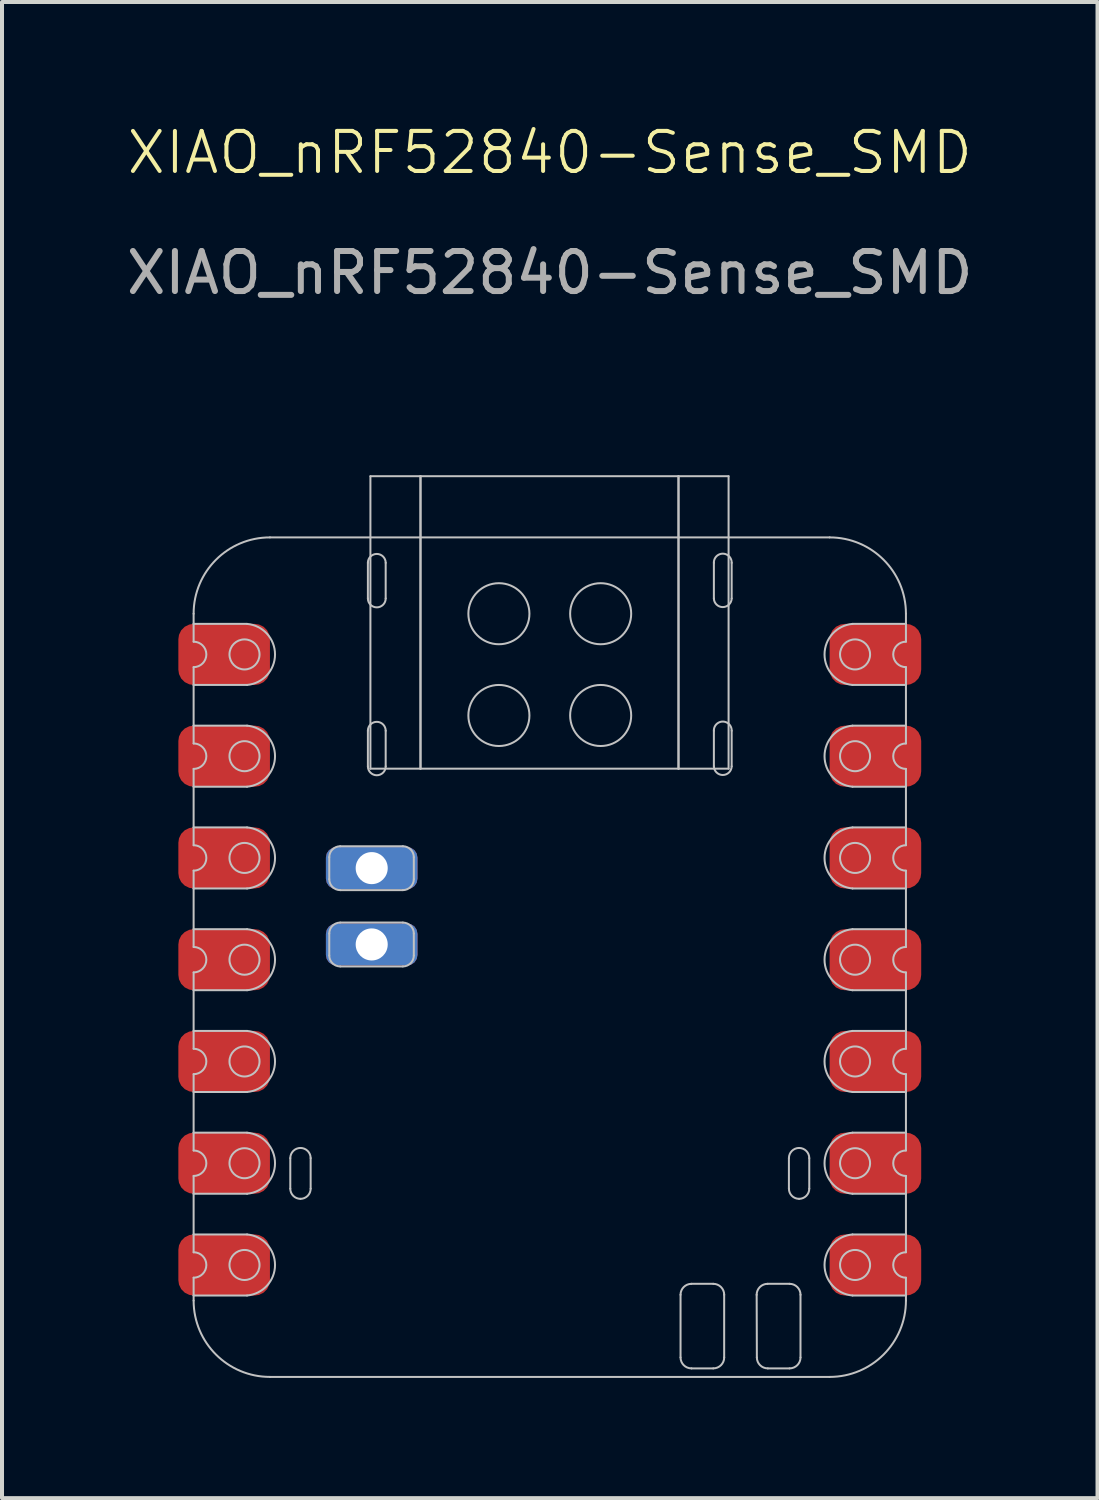
<source format=kicad_pcb>
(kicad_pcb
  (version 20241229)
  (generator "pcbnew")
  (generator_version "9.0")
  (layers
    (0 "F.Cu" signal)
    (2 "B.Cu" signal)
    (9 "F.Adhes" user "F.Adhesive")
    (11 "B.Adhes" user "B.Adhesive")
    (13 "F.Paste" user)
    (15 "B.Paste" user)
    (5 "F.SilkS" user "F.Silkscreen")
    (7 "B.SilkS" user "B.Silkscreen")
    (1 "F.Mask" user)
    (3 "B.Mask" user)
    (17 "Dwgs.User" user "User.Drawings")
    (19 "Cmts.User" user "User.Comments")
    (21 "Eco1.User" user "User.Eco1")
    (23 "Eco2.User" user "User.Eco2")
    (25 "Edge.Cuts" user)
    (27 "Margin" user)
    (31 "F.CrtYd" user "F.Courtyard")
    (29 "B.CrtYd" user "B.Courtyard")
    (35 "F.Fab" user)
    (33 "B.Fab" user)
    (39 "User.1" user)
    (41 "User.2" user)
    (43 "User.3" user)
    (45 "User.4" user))
  (footprint "XIAO_nRF52840-Sense_SMD"
    (layer "F.Cu")
    (at 10.673 20.905)
    (property "Reference" "XIAO_nRF52840-Sense_SMD" (at 0 -20.145 0) (unlocked yes) (layer "F.SilkS") (effects (font (size 1 1) (thickness 0.1))))
    (attr through_hole)
    (fp_line (start -8.89 -8.382) (end -8.89 -8.636) (stroke (width 0.05) (type default)) (layer "Dwgs.User"))
    (fp_line (start -8.89 -8.382) (end -7.556 -8.382) (stroke (width 0.05) (type default)) (layer "Dwgs.User"))
    (fp_line (start -8.89 -7.938) (end -8.89 -8.382) (stroke (width 0.05) (type default)) (layer "Dwgs.User"))
    (fp_line (start -8.89 -6.858) (end -8.89 -7.303) (stroke (width 0.05) (type default)) (layer "Dwgs.User"))
    (fp_line (start -8.89 -5.842) (end -8.89 -6.858) (stroke (width 0.05) (type default)) (layer "Dwgs.User"))
    (fp_line (start -8.89 -5.842) (end -7.556 -5.842) (stroke (width 0.05) (type default)) (layer "Dwgs.User"))
    (fp_line (start -8.89 -5.397) (end -8.89 -5.842) (stroke (width 0.05) (type default)) (layer "Dwgs.User"))
    (fp_line (start -8.89 -4.318) (end -8.89 -4.763) (stroke (width 0.05) (type default)) (layer "Dwgs.User"))
    (fp_line (start -8.89 -3.302) (end -8.89 -4.318) (stroke (width 0.05) (type default)) (layer "Dwgs.User"))
    (fp_line (start -8.89 -3.302) (end -7.556 -3.302) (stroke (width 0.05) (type default)) (layer "Dwgs.User"))
    (fp_line (start -8.89 -2.857) (end -8.89 -3.302) (stroke (width 0.05) (type default)) (layer "Dwgs.User"))
    (fp_line (start -8.89 -1.778) (end -8.89 -2.223) (stroke (width 0.05) (type default)) (layer "Dwgs.User"))
    (fp_line (start -8.89 -0.762) (end -8.89 -1.778) (stroke (width 0.05) (type default)) (layer "Dwgs.User"))
    (fp_line (start -8.89 -0.762) (end -7.556 -0.762) (stroke (width 0.05) (type default)) (layer "Dwgs.User"))
    (fp_line (start -8.89 -0.318) (end -8.89 -0.762) (stroke (width 0.05) (type default)) (layer "Dwgs.User"))
    (fp_line (start -8.89 0.762) (end -8.89 0.318) (stroke (width 0.05) (type default)) (layer "Dwgs.User"))
    (fp_line (start -8.89 1.778) (end -8.89 0.762) (stroke (width 0.05) (type default)) (layer "Dwgs.User"))
    (fp_line (start -8.89 1.778) (end -7.556 1.778) (stroke (width 0.05) (type default)) (layer "Dwgs.User"))
    (fp_line (start -8.89 2.223) (end -8.89 1.778) (stroke (width 0.05) (type default)) (layer "Dwgs.User"))
    (fp_line (start -8.89 3.302) (end -8.89 2.857) (stroke (width 0.05) (type default)) (layer "Dwgs.User"))
    (fp_line (start -8.89 4.318) (end -8.89 3.302) (stroke (width 0.05) (type default)) (layer "Dwgs.User"))
    (fp_line (start -8.89 4.318) (end -7.556 4.318) (stroke (width 0.05) (type default)) (layer "Dwgs.User"))
    (fp_line (start -8.89 4.763) (end -8.89 4.318) (stroke (width 0.05) (type default)) (layer "Dwgs.User"))
    (fp_line (start -8.89 5.842) (end -8.89 5.397) (stroke (width 0.05) (type default)) (layer "Dwgs.User"))
    (fp_line (start -8.89 6.858) (end -8.89 5.842) (stroke (width 0.05) (type default)) (layer "Dwgs.User"))
    (fp_line (start -8.89 6.858) (end -7.556 6.858) (stroke (width 0.05) (type default)) (layer "Dwgs.User"))
    (fp_line (start -8.89 7.303) (end -8.89 6.858) (stroke (width 0.05) (type default)) (layer "Dwgs.User"))
    (fp_line (start -8.89 8.382) (end -8.89 7.938) (stroke (width 0.05) (type default)) (layer "Dwgs.User"))
    (fp_line (start -8.89 8.509) (end -8.89 8.382) (stroke (width 0.05) (type default)) (layer "Dwgs.User"))
    (fp_line (start -7.556 -6.858) (end -8.89 -6.858) (stroke (width 0.05) (type default)) (layer "Dwgs.User"))
    (fp_line (start -7.556 -4.318) (end -8.89 -4.318) (stroke (width 0.05) (type default)) (layer "Dwgs.User"))
    (fp_line (start -7.556 -1.778) (end -8.89 -1.778) (stroke (width 0.05) (type default)) (layer "Dwgs.User"))
    (fp_line (start -7.556 0.762) (end -8.89 0.762) (stroke (width 0.05) (type default)) (layer "Dwgs.User"))
    (fp_line (start -7.556 3.302) (end -8.89 3.302) (stroke (width 0.05) (type default)) (layer "Dwgs.User"))
    (fp_line (start -7.556 5.842) (end -8.89 5.842) (stroke (width 0.05) (type default)) (layer "Dwgs.User"))
    (fp_line (start -7.556 8.382) (end -8.89 8.382) (stroke (width 0.05) (type default)) (layer "Dwgs.User"))
    (fp_line (start -6.985 -10.541) (end 6.985 -10.541) (stroke (width 0.05) (type default)) (layer "Dwgs.User"))
    (fp_line (start -6.477 4.953) (end -6.477 5.715) (stroke (width 0.05) (type default)) (layer "Dwgs.User"))
    (fp_line (start -5.969 5.715) (end -5.969 4.953) (stroke (width 0.05) (type default)) (layer "Dwgs.User"))
    (fp_line (start -5.504 -2.559) (end -5.504 -2.01) (stroke (width 0.05) (type default)) (layer "Dwgs.User"))
    (fp_line (start -5.504 -0.654) (end -5.504 -0.105) (stroke (width 0.05) (type default)) (layer "Dwgs.User"))
    (fp_line (start -5.231 -1.737) (end -3.667 -1.737) (stroke (width 0.05) (type default)) (layer "Dwgs.User"))
    (fp_line (start -5.231 0.168) (end -3.667 0.168) (stroke (width 0.05) (type default)) (layer "Dwgs.User"))
    (fp_line (start -4.54 -9.906) (end -4.54 -9.017) (stroke (width 0.05) (type default)) (layer "Dwgs.User"))
    (fp_line (start -4.54 -5.715) (end -4.54 -4.826) (stroke (width 0.05) (type default)) (layer "Dwgs.User"))
    (fp_line (start -4.477 -12.068) (end -3.227 -12.068) (stroke (width 0.05) (type default)) (layer "Dwgs.User"))
    (fp_line (start -4.477 -4.768) (end -4.477 -12.068) (stroke (width 0.05) (type default)) (layer "Dwgs.User"))
    (fp_line (start -4.096 -9.017) (end -4.096 -9.906) (stroke (width 0.05) (type default)) (layer "Dwgs.User"))
    (fp_line (start -4.096 -4.826) (end -4.096 -5.715) (stroke (width 0.05) (type default)) (layer "Dwgs.User"))
    (fp_line (start -3.667 -2.832) (end -5.231 -2.832) (stroke (width 0.05) (type default)) (layer "Dwgs.User"))
    (fp_line (start -3.667 -0.927) (end -5.231 -0.927) (stroke (width 0.05) (type default)) (layer "Dwgs.User"))
    (fp_line (start -3.394 -2.01) (end -3.394 -2.559) (stroke (width 0.05) (type default)) (layer "Dwgs.User"))
    (fp_line (start -3.394 -0.105) (end -3.394 -0.654) (stroke (width 0.05) (type default)) (layer "Dwgs.User"))
    (fp_line (start -3.227 -12.068) (end -3.227 -4.768) (stroke (width 0.05) (type default)) (layer "Dwgs.User"))
    (fp_line (start -3.227 -12.068) (end 3.213 -12.068) (stroke (width 0.05) (type default)) (layer "Dwgs.User"))
    (fp_line (start -3.227 -4.768) (end -4.477 -4.768) (stroke (width 0.05) (type default)) (layer "Dwgs.User"))
    (fp_line (start -3.227 -4.768) (end -3.227 -12.068) (stroke (width 0.05) (type default)) (layer "Dwgs.User"))
    (fp_line (start 3.213 -12.068) (end 3.213 -4.768) (stroke (width 0.05) (type default)) (layer "Dwgs.User"))
    (fp_line (start 3.213 -12.068) (end 3.213 -4.768) (stroke (width 0.05) (type default)) (layer "Dwgs.User"))
    (fp_line (start 3.213 -4.768) (end -3.227 -4.768) (stroke (width 0.05) (type default)) (layer "Dwgs.User"))
    (fp_line (start 3.213 -4.768) (end 4.463 -4.768) (stroke (width 0.05) (type default)) (layer "Dwgs.User"))
    (fp_line (start 3.264 8.363) (end 3.264 9.928) (stroke (width 0.05) (type default)) (layer "Dwgs.User"))
    (fp_line (start 3.537 10.201) (end 4.08 10.201) (stroke (width 0.05) (type default)) (layer "Dwgs.User"))
    (fp_line (start 4.08 8.09) (end 3.532 8.09) (stroke (width 0.05) (type default)) (layer "Dwgs.User"))
    (fp_line (start 4.096 -9.906) (end 4.096 -9.017) (stroke (width 0.05) (type default)) (layer "Dwgs.User"))
    (fp_line (start 4.096 -5.715) (end 4.096 -4.826) (stroke (width 0.05) (type default)) (layer "Dwgs.User"))
    (fp_line (start 4.353 9.928) (end 4.353 8.363) (stroke (width 0.05) (type default)) (layer "Dwgs.User"))
    (fp_line (start 4.463 -12.068) (end 3.213 -12.068) (stroke (width 0.05) (type default)) (layer "Dwgs.User"))
    (fp_line (start 4.463 -4.768) (end 4.463 -12.068) (stroke (width 0.05) (type default)) (layer "Dwgs.User"))
    (fp_line (start 4.54 -9.017) (end 4.54 -9.906) (stroke (width 0.05) (type default)) (layer "Dwgs.User"))
    (fp_line (start 4.54 -4.826) (end 4.54 -5.715) (stroke (width 0.05) (type default)) (layer "Dwgs.User"))
    (fp_line (start 5.164 8.364) (end 5.169 9.929) (stroke (width 0.05) (type default)) (layer "Dwgs.User"))
    (fp_line (start 5.442 10.201) (end 5.985 10.201) (stroke (width 0.05) (type default)) (layer "Dwgs.User"))
    (fp_line (start 5.969 4.953) (end 5.969 5.715) (stroke (width 0.05) (type default)) (layer "Dwgs.User"))
    (fp_line (start 5.985 8.09) (end 5.437 8.09) (stroke (width 0.05) (type default)) (layer "Dwgs.User"))
    (fp_line (start 6.258 9.929) (end 6.258 8.363) (stroke (width 0.05) (type default)) (layer "Dwgs.User"))
    (fp_line (start 6.477 5.715) (end 6.477 4.953) (stroke (width 0.05) (type default)) (layer "Dwgs.User"))
    (fp_line (start 6.985 10.414) (end -6.985 10.414) (stroke (width 0.05) (type default)) (layer "Dwgs.User"))
    (fp_line (start 7.556 -8.382) (end 8.89 -8.382) (stroke (width 0.05) (type default)) (layer "Dwgs.User"))
    (fp_line (start 7.556 -5.842) (end 8.89 -5.842) (stroke (width 0.05) (type default)) (layer "Dwgs.User"))
    (fp_line (start 7.556 -3.302) (end 8.89 -3.302) (stroke (width 0.05) (type default)) (layer "Dwgs.User"))
    (fp_line (start 7.556 -0.762) (end 8.89 -0.762) (stroke (width 0.05) (type default)) (layer "Dwgs.User"))
    (fp_line (start 7.556 1.778) (end 8.89 1.778) (stroke (width 0.05) (type default)) (layer "Dwgs.User"))
    (fp_line (start 7.556 4.318) (end 8.89 4.318) (stroke (width 0.05) (type default)) (layer "Dwgs.User"))
    (fp_line (start 7.556 6.858) (end 8.89 6.858) (stroke (width 0.05) (type default)) (layer "Dwgs.User"))
    (fp_line (start 8.89 -8.636) (end 8.89 -8.382) (stroke (width 0.05) (type default)) (layer "Dwgs.User"))
    (fp_line (start 8.89 -8.382) (end 8.89 -7.938) (stroke (width 0.05) (type default)) (layer "Dwgs.User"))
    (fp_line (start 8.89 -7.303) (end 8.89 -6.858) (stroke (width 0.05) (type default)) (layer "Dwgs.User"))
    (fp_line (start 8.89 -6.858) (end 7.556 -6.858) (stroke (width 0.05) (type default)) (layer "Dwgs.User"))
    (fp_line (start 8.89 -5.842) (end 8.89 -6.858) (stroke (width 0.05) (type default)) (layer "Dwgs.User"))
    (fp_line (start 8.89 -5.842) (end 8.89 -5.397) (stroke (width 0.05) (type default)) (layer "Dwgs.User"))
    (fp_line (start 8.89 -4.763) (end 8.89 -4.318) (stroke (width 0.05) (type default)) (layer "Dwgs.User"))
    (fp_line (start 8.89 -4.318) (end 7.556 -4.318) (stroke (width 0.05) (type default)) (layer "Dwgs.User"))
    (fp_line (start 8.89 -3.302) (end 8.89 -4.318) (stroke (width 0.05) (type default)) (layer "Dwgs.User"))
    (fp_line (start 8.89 -3.302) (end 8.89 -2.857) (stroke (width 0.05) (type default)) (layer "Dwgs.User"))
    (fp_line (start 8.89 -2.223) (end 8.89 -1.778) (stroke (width 0.05) (type default)) (layer "Dwgs.User"))
    (fp_line (start 8.89 -1.778) (end 7.556 -1.778) (stroke (width 0.05) (type default)) (layer "Dwgs.User"))
    (fp_line (start 8.89 -0.762) (end 8.89 -1.778) (stroke (width 0.05) (type default)) (layer "Dwgs.User"))
    (fp_line (start 8.89 -0.762) (end 8.89 -0.318) (stroke (width 0.05) (type default)) (layer "Dwgs.User"))
    (fp_line (start 8.89 0.318) (end 8.89 0.762) (stroke (width 0.05) (type default)) (layer "Dwgs.User"))
    (fp_line (start 8.89 0.762) (end 7.556 0.762) (stroke (width 0.05) (type default)) (layer "Dwgs.User"))
    (fp_line (start 8.89 1.778) (end 8.89 0.762) (stroke (width 0.05) (type default)) (layer "Dwgs.User"))
    (fp_line (start 8.89 1.778) (end 8.89 2.223) (stroke (width 0.05) (type default)) (layer "Dwgs.User"))
    (fp_line (start 8.89 2.857) (end 8.89 3.302) (stroke (width 0.05) (type default)) (layer "Dwgs.User"))
    (fp_line (start 8.89 3.302) (end 7.556 3.302) (stroke (width 0.05) (type default)) (layer "Dwgs.User"))
    (fp_line (start 8.89 4.318) (end 8.89 3.302) (stroke (width 0.05) (type default)) (layer "Dwgs.User"))
    (fp_line (start 8.89 4.318) (end 8.89 4.763) (stroke (width 0.05) (type default)) (layer "Dwgs.User"))
    (fp_line (start 8.89 5.397) (end 8.89 5.842) (stroke (width 0.05) (type default)) (layer "Dwgs.User"))
    (fp_line (start 8.89 5.842) (end 7.556 5.842) (stroke (width 0.05) (type default)) (layer "Dwgs.User"))
    (fp_line (start 8.89 6.858) (end 8.89 5.842) (stroke (width 0.05) (type default)) (layer "Dwgs.User"))
    (fp_line (start 8.89 6.858) (end 8.89 7.303) (stroke (width 0.05) (type default)) (layer "Dwgs.User"))
    (fp_line (start 8.89 7.938) (end 8.89 8.382) (stroke (width 0.05) (type default)) (layer "Dwgs.User"))
    (fp_line (start 8.89 8.382) (end 7.556 8.382) (stroke (width 0.05) (type default)) (layer "Dwgs.User"))
    (fp_line (start 8.89 8.382) (end 8.89 8.509) (stroke (width 0.05) (type default)) (layer "Dwgs.User"))
    (fp_arc (start -8.89 -8.636) (mid -8.332024 -9.983024) (end -6.985 -10.541) (stroke (width 0.05) (type default)) (layer "Dwgs.User"))
    (fp_arc (start -8.89 -7.9375) (mid -8.5725 -7.62) (end -8.89 -7.3025) (stroke (width 0.05) (type default)) (layer "Dwgs.User"))
    (fp_arc (start -8.89 -5.3975) (mid -8.5725 -5.08) (end -8.89 -4.7625) (stroke (width 0.05) (type default)) (layer "Dwgs.User"))
    (fp_arc (start -8.89 -2.8575) (mid -8.5725 -2.54) (end -8.89 -2.2225) (stroke (width 0.05) (type default)) (layer "Dwgs.User"))
    (fp_arc (start -8.89 -0.3175) (mid -8.5725 0) (end -8.89 0.3175) (stroke (width 0.05) (type default)) (layer "Dwgs.User"))
    (fp_arc (start -8.89 2.2225) (mid -8.5725 2.54) (end -8.89 2.8575) (stroke (width 0.05) (type default)) (layer "Dwgs.User"))
    (fp_arc (start -8.89 4.7625) (mid -8.5725 5.08) (end -8.89 5.3975) (stroke (width 0.05) (type default)) (layer "Dwgs.User"))
    (fp_arc (start -8.89 7.3025) (mid -8.5725 7.62) (end -8.89 7.9375) (stroke (width 0.05) (type default)) (layer "Dwgs.User"))
    (fp_arc (start -7.5565 -8.382) (mid -6.858 -7.62) (end -7.5565 -6.858) (stroke (width 0.05) (type default)) (layer "Dwgs.User"))
    (fp_arc (start -7.5565 -5.842) (mid -6.858 -5.08) (end -7.5565 -4.318) (stroke (width 0.05) (type default)) (layer "Dwgs.User"))
    (fp_arc (start -7.5565 -3.302) (mid -6.858 -2.54) (end -7.5565 -1.778) (stroke (width 0.05) (type default)) (layer "Dwgs.User"))
    (fp_arc (start -7.5565 -0.762) (mid -6.858 0) (end -7.5565 0.762) (stroke (width 0.05) (type default)) (layer "Dwgs.User"))
    (fp_arc (start -7.5565 1.778) (mid -6.858 2.54) (end -7.5565 3.302) (stroke (width 0.05) (type default)) (layer "Dwgs.User"))
    (fp_arc (start -7.5565 4.318) (mid -6.858 5.08) (end -7.5565 5.842) (stroke (width 0.05) (type default)) (layer "Dwgs.User"))
    (fp_arc (start -7.5565 6.858) (mid -6.858 7.62) (end -7.5565 8.382) (stroke (width 0.05) (type default)) (layer "Dwgs.User"))
    (fp_arc (start -6.985 10.414) (mid -8.332026 9.856026) (end -8.89 8.509) (stroke (width 0.05) (type default)) (layer "Dwgs.User"))
    (fp_arc (start -6.477 4.953) (mid -6.402603 4.773397) (end -6.223 4.699) (stroke (width 0.05) (type default)) (layer "Dwgs.User"))
    (fp_arc (start -6.223 4.699) (mid -6.043397 4.773397) (end -5.969 4.953) (stroke (width 0.05) (type default)) (layer "Dwgs.User"))
    (fp_arc (start -6.223 5.969) (mid -6.402603 5.894603) (end -6.477 5.715) (stroke (width 0.05) (type default)) (layer "Dwgs.User"))
    (fp_arc (start -5.969 5.715) (mid -6.043397 5.894603) (end -6.223 5.969) (stroke (width 0.05) (type default)) (layer "Dwgs.User"))
    (fp_arc (start -5.504259 -2.558529) (mid -5.424292 -2.751612) (end -5.231209 -2.831579) (stroke (width 0.05) (type default)) (layer "Dwgs.User"))
    (fp_arc (start -5.504259 -0.653529) (mid -5.424292 -0.846612) (end -5.231209 -0.926579) (stroke (width 0.05) (type default)) (layer "Dwgs.User"))
    (fp_arc (start -5.231209 -1.736839) (mid -5.424285 -1.816813) (end -5.504259 -2.009889) (stroke (width 0.05) (type default)) (layer "Dwgs.User"))
    (fp_arc (start -5.231209 0.168161) (mid -5.424285 0.088187) (end -5.504259 -0.104889) (stroke (width 0.05) (type default)) (layer "Dwgs.User"))
    (fp_arc (start -4.54025 -9.906) (mid -4.318 -10.128251) (end -4.09575 -9.906) (stroke (width 0.05) (type default)) (layer "Dwgs.User"))
    (fp_arc (start -4.54025 -5.715) (mid -4.318 -5.937251) (end -4.09575 -5.715) (stroke (width 0.05) (type default)) (layer "Dwgs.User"))
    (fp_arc (start -4.09575 -9.017) (mid -4.318 -8.794751) (end -4.54025 -9.017) (stroke (width 0.05) (type default)) (layer "Dwgs.User"))
    (fp_arc (start -4.09575 -4.826) (mid -4.318 -4.603751) (end -4.54025 -4.826) (stroke (width 0.05) (type default)) (layer "Dwgs.User"))
    (fp_arc (start -3.666569 -2.831579) (mid -3.473511 -2.751587) (end -3.393519 -2.558529) (stroke (width 0.05) (type default)) (layer "Dwgs.User"))
    (fp_arc (start -3.666569 -0.926579) (mid -3.473511 -0.846587) (end -3.393519 -0.653529) (stroke (width 0.05) (type default)) (layer "Dwgs.User"))
    (fp_arc (start -3.393519 -2.009889) (mid -3.473494 -1.816814) (end -3.666569 -1.736839) (stroke (width 0.05) (type default)) (layer "Dwgs.User"))
    (fp_arc (start -3.393519 -0.104889) (mid -3.473494 0.088186) (end -3.666569 0.168161) (stroke (width 0.05) (type default)) (layer "Dwgs.User"))
    (fp_arc (start 3.263821 8.363471) (mid 3.342007 8.1722) (end 3.531791 8.090469) (stroke (width 0.05) (type default)) (layer "Dwgs.User"))
    (fp_arc (start 3.536871 10.201161) (mid 3.34381 10.121177) (end 3.263821 9.928111) (stroke (width 0.05) (type default)) (layer "Dwgs.User"))
    (fp_arc (start 4.080408 8.090421) (mid 4.273489 8.170397) (end 4.353481 8.363471) (stroke (width 0.05) (type default)) (layer "Dwgs.User"))
    (fp_arc (start 4.09575 -9.906) (mid 4.318 -10.128251) (end 4.54025 -9.906) (stroke (width 0.05) (type default)) (layer "Dwgs.User"))
    (fp_arc (start 4.09575 -5.715) (mid 4.318 -5.937251) (end 4.54025 -5.715) (stroke (width 0.05) (type default)) (layer "Dwgs.User"))
    (fp_arc (start 4.353481 9.928111) (mid 4.273504 10.12119) (end 4.080431 10.201161) (stroke (width 0.05) (type default)) (layer "Dwgs.User"))
    (fp_arc (start 4.54025 -9.017) (mid 4.318 -8.794751) (end 4.09575 -9.017) (stroke (width 0.05) (type default)) (layer "Dwgs.User"))
    (fp_arc (start 4.54025 -4.826) (mid 4.318 -4.603751) (end 4.09575 -4.826) (stroke (width 0.05) (type default)) (layer "Dwgs.User"))
    (fp_arc (start 5.163743 8.364358) (mid 5.243402 8.170709) (end 5.436791 8.090421) (stroke (width 0.05) (type default)) (layer "Dwgs.User"))
    (fp_arc (start 5.441871 10.201161) (mid 5.249124 10.12149) (end 5.168823 9.928998) (stroke (width 0.05) (type default)) (layer "Dwgs.User"))
    (fp_arc (start 5.969 4.953) (mid 6.043395 4.773395) (end 6.223 4.699) (stroke (width 0.05) (type default)) (layer "Dwgs.User"))
    (fp_arc (start 5.985431 8.090421) (mid 6.178497 8.170405) (end 6.258481 8.363471) (stroke (width 0.05) (type default)) (layer "Dwgs.User"))
    (fp_arc (start 6.223 4.699) (mid 6.402605 4.773395) (end 6.477 4.953) (stroke (width 0.05) (type default)) (layer "Dwgs.User"))
    (fp_arc (start 6.223 5.969) (mid 6.043395 5.894605) (end 5.969 5.715) (stroke (width 0.05) (type default)) (layer "Dwgs.User"))
    (fp_arc (start 6.25848 9.928998) (mid 6.178191 10.121504) (end 5.985431 10.201161) (stroke (width 0.05) (type default)) (layer "Dwgs.User"))
    (fp_arc (start 6.477 5.715) (mid 6.402605 5.894605) (end 6.223 5.969) (stroke (width 0.05) (type default)) (layer "Dwgs.User"))
    (fp_arc (start 6.985 -10.541) (mid 8.33203 -9.98303) (end 8.89 -8.636) (stroke (width 0.05) (type default)) (layer "Dwgs.User"))
    (fp_arc (start 7.5565 -6.858) (mid 6.858003 -7.62) (end 7.5565 -8.382) (stroke (width 0.05) (type default)) (layer "Dwgs.User"))
    (fp_arc (start 7.5565 -4.318) (mid 6.858003 -5.08) (end 7.5565 -5.842) (stroke (width 0.05) (type default)) (layer "Dwgs.User"))
    (fp_arc (start 7.5565 -1.778) (mid 6.858003 -2.54) (end 7.5565 -3.302) (stroke (width 0.05) (type default)) (layer "Dwgs.User"))
    (fp_arc (start 7.5565 0.762) (mid 6.858003 0) (end 7.5565 -0.762) (stroke (width 0.05) (type default)) (layer "Dwgs.User"))
    (fp_arc (start 7.5565 3.302) (mid 6.858003 2.54) (end 7.5565 1.778) (stroke (width 0.05) (type default)) (layer "Dwgs.User"))
    (fp_arc (start 7.5565 5.842) (mid 6.858003 5.08) (end 7.5565 4.318) (stroke (width 0.05) (type default)) (layer "Dwgs.User"))
    (fp_arc (start 7.5565 8.382) (mid 6.858003 7.62) (end 7.5565 6.858) (stroke (width 0.05) (type default)) (layer "Dwgs.User"))
    (fp_arc (start 8.89 -7.3025) (mid 8.5725 -7.62) (end 8.89 -7.9375) (stroke (width 0.05) (type default)) (layer "Dwgs.User"))
    (fp_arc (start 8.89 -4.7625) (mid 8.5725 -5.08) (end 8.89 -5.3975) (stroke (width 0.05) (type default)) (layer "Dwgs.User"))
    (fp_arc (start 8.89 -2.2225) (mid 8.5725 -2.54) (end 8.89 -2.8575) (stroke (width 0.05) (type default)) (layer "Dwgs.User"))
    (fp_arc (start 8.89 0.3175) (mid 8.5725 0) (end 8.89 -0.3175) (stroke (width 0.05) (type default)) (layer "Dwgs.User"))
    (fp_arc (start 8.89 2.8575) (mid 8.5725 2.54) (end 8.89 2.2225) (stroke (width 0.05) (type default)) (layer "Dwgs.User"))
    (fp_arc (start 8.89 5.3975) (mid 8.5725 5.08) (end 8.89 4.7625) (stroke (width 0.05) (type default)) (layer "Dwgs.User"))
    (fp_arc (start 8.89 7.9375) (mid 8.5725 7.62) (end 8.89 7.3025) (stroke (width 0.05) (type default)) (layer "Dwgs.User"))
    (fp_arc (start 8.89 8.509) (mid 8.332027 9.856027) (end 6.985 10.414) (stroke (width 0.05) (type default)) (layer "Dwgs.User"))
    (fp_circle (center -7.62 -7.62) (end -7.62 -7.995) (stroke (width 0.05) (type default)) (fill no) (layer "Dwgs.User"))
    (fp_circle (center -7.62 -5.08) (end -7.62 -5.455) (stroke (width 0.05) (type default)) (fill no) (layer "Dwgs.User"))
    (fp_circle (center -7.62 -2.54) (end -7.62 -2.915) (stroke (width 0.05) (type default)) (fill no) (layer "Dwgs.User"))
    (fp_circle (center -7.62 0) (end -7.62 -0.375) (stroke (width 0.05) (type default)) (fill no) (layer "Dwgs.User"))
    (fp_circle (center -7.62 2.54) (end -7.62 2.165) (stroke (width 0.05) (type default)) (fill no) (layer "Dwgs.User"))
    (fp_circle (center -7.62 5.08) (end -7.62 4.705) (stroke (width 0.05) (type default)) (fill no) (layer "Dwgs.User"))
    (fp_circle (center -7.62 7.62) (end -7.62 7.245) (stroke (width 0.05) (type default)) (fill no) (layer "Dwgs.User"))
    (fp_circle (center -1.27 -8.636) (end -1.27 -9.398) (stroke (width 0.05) (type default)) (fill no) (layer "Dwgs.User"))
    (fp_circle (center -1.27 -6.096) (end -1.27 -6.858) (stroke (width 0.05) (type default)) (fill no) (layer "Dwgs.User"))
    (fp_circle (center 1.27 -8.636) (end 1.27 -9.398) (stroke (width 0.05) (type default)) (fill no) (layer "Dwgs.User"))
    (fp_circle (center 1.27 -6.096) (end 1.27 -6.858) (stroke (width 0.05) (type default)) (fill no) (layer "Dwgs.User"))
    (fp_circle (center 7.62 -7.62) (end 7.62 -7.995) (stroke (width 0.05) (type default)) (fill no) (layer "Dwgs.User"))
    (fp_circle (center 7.62 -5.08) (end 7.62 -5.455) (stroke (width 0.05) (type default)) (fill no) (layer "Dwgs.User"))
    (fp_circle (center 7.62 -2.54) (end 7.62 -2.915) (stroke (width 0.05) (type default)) (fill no) (layer "Dwgs.User"))
    (fp_circle (center 7.62 0) (end 7.62 -0.375) (stroke (width 0.05) (type default)) (fill no) (layer "Dwgs.User"))
    (fp_circle (center 7.62 2.54) (end 7.62 2.165) (stroke (width 0.05) (type default)) (fill no) (layer "Dwgs.User"))
    (fp_circle (center 7.62 5.08) (end 7.62 4.705) (stroke (width 0.05) (type default)) (fill no) (layer "Dwgs.User"))
    (fp_circle (center 7.62 7.62) (end 7.62 7.245) (stroke (width 0.05) (type default)) (fill no) (layer "Dwgs.User"))
    (fp_text user "${REFERENCE}" (at 0 -17.145 0) (unlocked yes) (layer "F.Fab") (effects (font (size 1 1) (thickness 0.15))))
    (pad "0" smd roundrect (at -7.62 -7.62) (size 2.286 1.524) (drill (offset -0.508 0)) (layers "F.Cu" "F.Mask" "F.Paste") (roundrect_rratio 0.25))
    (pad "1" smd roundrect (at -7.62 -5.08) (size 2.286 1.524) (drill (offset -0.508 0)) (layers "F.Cu" "F.Mask" "F.Paste") (roundrect_rratio 0.25))
    (pad "2" smd roundrect (at -7.62 -2.54) (size 2.286 1.524) (drill (offset -0.508 0)) (layers "F.Cu" "F.Mask" "F.Paste") (roundrect_rratio 0.25))
    (pad "3" smd roundrect (at -7.62 0) (size 2.286 1.524) (drill (offset -0.508 0)) (layers "F.Cu" "F.Mask" "F.Paste") (roundrect_rratio 0.25))
    (pad "4" smd roundrect (at -7.62 2.54) (size 2.286 1.524) (drill (offset -0.508 0)) (layers "F.Cu" "F.Mask" "F.Paste") (roundrect_rratio 0.25))
    (pad "5" smd roundrect (at -7.62 5.08) (size 2.286 1.524) (drill (offset -0.508 0)) (layers "F.Cu" "F.Mask" "F.Paste") (roundrect_rratio 0.25))
    (pad "6" smd roundrect (at -7.62 7.62) (size 2.286 1.524) (drill (offset -0.508 0)) (layers "F.Cu" "F.Mask" "F.Paste") (roundrect_rratio 0.25))
    (pad "7" smd roundrect (at 7.62 7.62) (size 2.286 1.524) (drill (offset 0.508 0)) (layers "F.Cu" "F.Mask" "F.Paste") (roundrect_rratio 0.25))
    (pad "8" smd roundrect (at 7.62 5.08) (size 2.286 1.524) (drill (offset 0.508 0)) (layers "F.Cu" "F.Mask" "F.Paste") (roundrect_rratio 0.25))
    (pad "9" smd roundrect (at 7.62 2.54) (size 2.286 1.524) (drill (offset 0.508 0)) (layers "F.Cu" "F.Mask" "F.Paste") (roundrect_rratio 0.25))
    (pad "10" smd roundrect (at 7.62 0) (size 2.286 1.524) (drill (offset 0.508 0)) (layers "F.Cu" "F.Mask" "F.Paste") (roundrect_rratio 0.25))
    (pad "11" smd roundrect (at 7.62 -2.54) (size 2.286 1.524) (drill (offset 0.508 0)) (layers "F.Cu" "F.Mask" "F.Paste") (roundrect_rratio 0.25))
    (pad "12" smd roundrect (at 7.62 -5.08) (size 2.286 1.524) (drill (offset 0.508 0)) (layers "F.Cu" "F.Mask" "F.Paste") (roundrect_rratio 0.25))
    (pad "13" smd roundrect (at 7.62 -7.62) (size 2.286 1.524) (drill (offset 0.508 0)) (layers "F.Cu" "F.Mask" "F.Paste") (roundrect_rratio 0.25))
    (pad "14" thru_hole roundrect (at -4.445 -2.286) (size 2.286 1.051) (drill 0.8) (layers "*.Cu" "*.Mask") (roundrect_rratio 0.25))
    (pad "15" thru_hole roundrect (at -4.445 -0.381) (size 2.286 1.051) (drill 0.8) (layers "*.Cu" "*.Mask") (roundrect_rratio 0.25)))
  (gr_rect
    (start -3 -3)
    (end 24.345 34.344)
    (stroke (width 0.1) (type default))
    (fill no)
    (layer "Edge.Cuts")))
</source>
